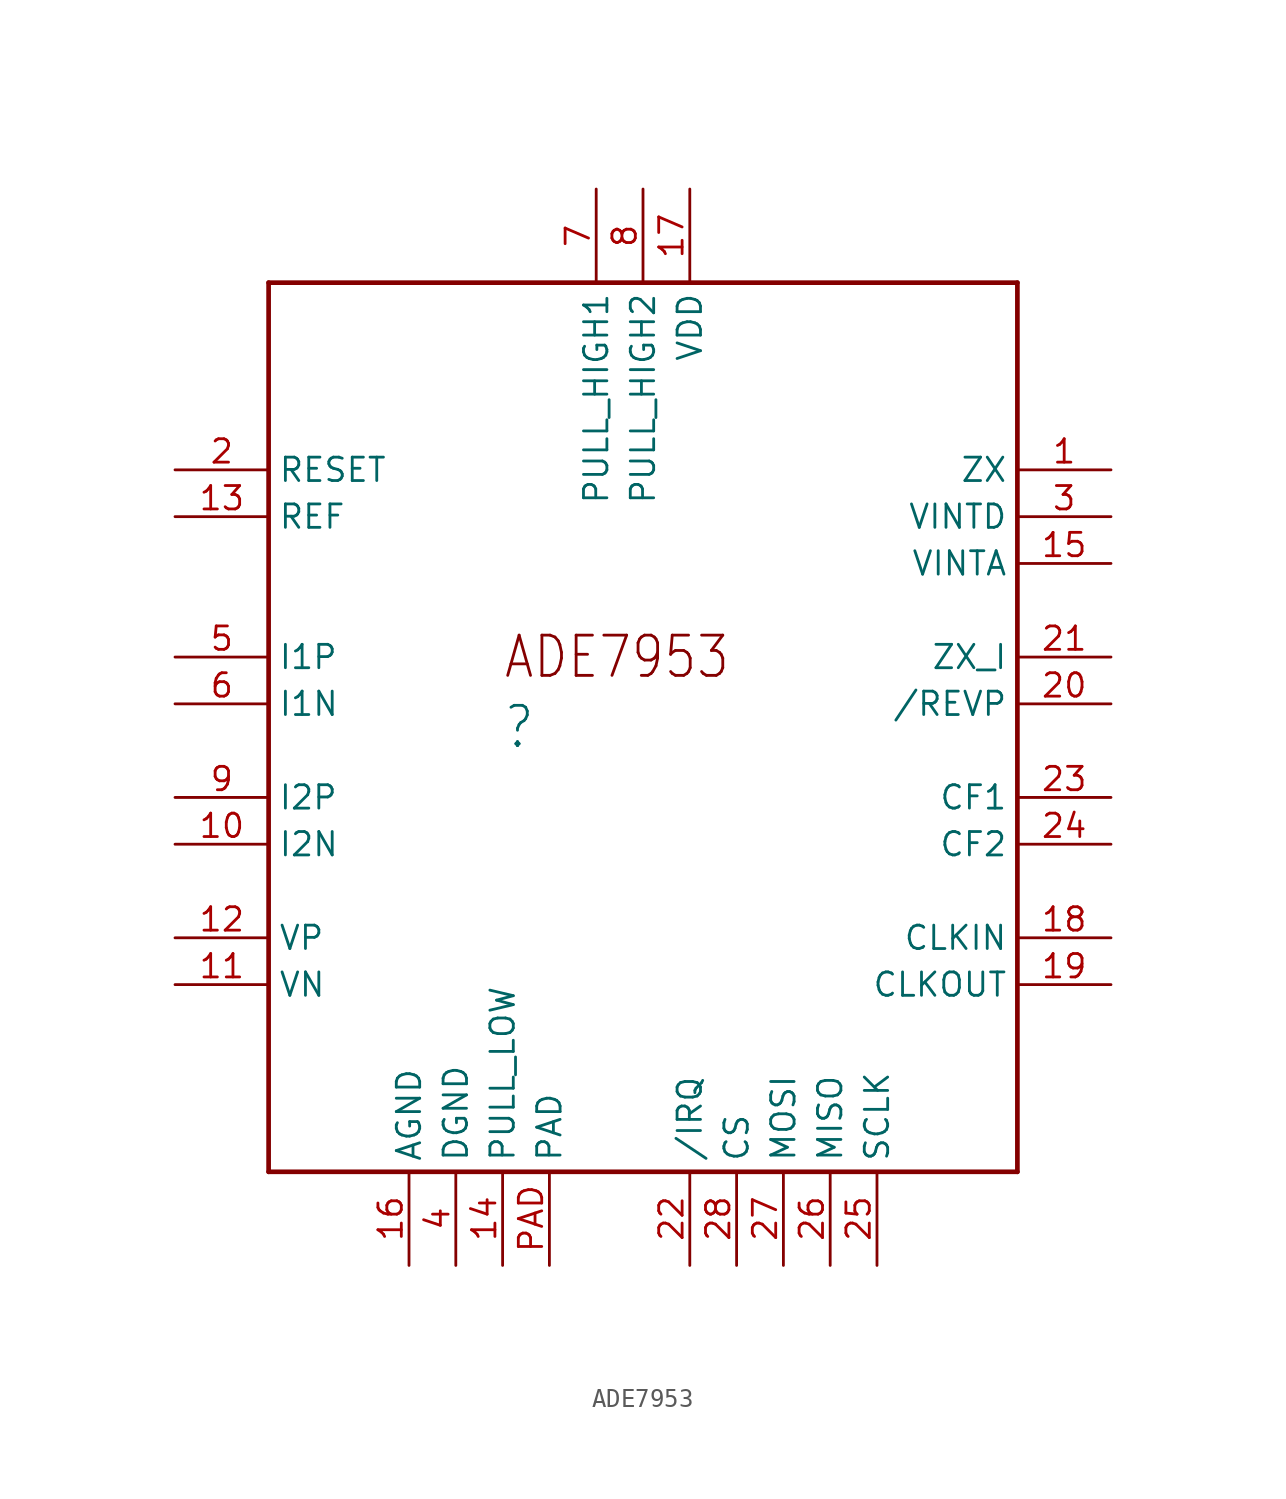
<source format=kicad_sym>
(kicad_symbol_lib
  (version 20220331)
  (generator kicad_symbol_editor)
  (symbol "ADE7953"
    (property "Reference" ""
      (at 12.7 22.86 0)
      (effects (font (size 2.184 1.857)) (justify left bottom)))
    (property "ki_locked" ""
      (at 0 0 0)
      (effects (font (size 1.27 1.27))))
    (symbol "ADE7953_1_0"
      (polyline (pts (xy 0 0) (xy 40.64 0)) (stroke (width 0.254) (type solid)) (fill (type none)))
      (polyline (pts (xy 0 48.26) (xy 0 0)) (stroke (width 0.254) (type solid)) (fill (type none)))
      (polyline (pts (xy 40.64 0) (xy 40.64 48.26)) (stroke (width 0.254) (type solid)) (fill (type none)))
      (polyline (pts (xy 40.64 48.26) (xy 0 48.26)) (stroke (width 0.254) (type solid)) (fill (type none)))
      (text "ADE7953" (at 12.7 26.67 0) (effects (font (size 2.184 1.857)) (justify left bottom)))
      (pin bidirectional line (at 45.72 38.1 180) (length 5.08) (name "ZX" (effects (font (size 1.27 1.27)))) (number "1" (effects (font (size 1.27 1.27)))))
      (pin bidirectional line (at -5.08 17.78 0) (length 5.08) (name "I2N" (effects (font (size 1.27 1.27)))) (number "10" (effects (font (size 1.27 1.27)))))
      (pin bidirectional line (at -5.08 10.16 0) (length 5.08) (name "VN" (effects (font (size 1.27 1.27)))) (number "11" (effects (font (size 1.27 1.27)))))
      (pin bidirectional line (at -5.08 12.7 0) (length 5.08) (name "VP" (effects (font (size 1.27 1.27)))) (number "12" (effects (font (size 1.27 1.27)))))
      (pin bidirectional line (at -5.08 35.56 0) (length 5.08) (name "REF" (effects (font (size 1.27 1.27)))) (number "13" (effects (font (size 1.27 1.27)))))
      (pin bidirectional line (at 12.7 -5.08 90) (length 5.08) (name "PULL_LOW" (effects (font (size 1.27 1.27)))) (number "14" (effects (font (size 1.27 1.27)))))
      (pin bidirectional line (at 45.72 33.02 180) (length 5.08) (name "VINTA" (effects (font (size 1.27 1.27)))) (number "15" (effects (font (size 1.27 1.27)))))
      (pin bidirectional line (at 7.62 -5.08 90) (length 5.08) (name "AGND" (effects (font (size 1.27 1.27)))) (number "16" (effects (font (size 1.27 1.27)))))
      (pin bidirectional line (at 22.86 53.34 270) (length 5.08) (name "VDD" (effects (font (size 1.27 1.27)))) (number "17" (effects (font (size 1.27 1.27)))))
      (pin bidirectional line (at 45.72 12.7 180) (length 5.08) (name "CLKIN" (effects (font (size 1.27 1.27)))) (number "18" (effects (font (size 1.27 1.27)))))
      (pin bidirectional line (at 45.72 10.16 180) (length 5.08) (name "CLKOUT" (effects (font (size 1.27 1.27)))) (number "19" (effects (font (size 1.27 1.27)))))
      (pin bidirectional line (at -5.08 38.1 0) (length 5.08) (name "RESET" (effects (font (size 1.27 1.27)))) (number "2" (effects (font (size 1.27 1.27)))))
      (pin bidirectional line (at 45.72 25.4 180) (length 5.08) (name "/REVP" (effects (font (size 1.27 1.27)))) (number "20" (effects (font (size 1.27 1.27)))))
      (pin bidirectional line (at 45.72 27.94 180) (length 5.08) (name "ZX_I" (effects (font (size 1.27 1.27)))) (number "21" (effects (font (size 1.27 1.27)))))
      (pin bidirectional line (at 22.86 -5.08 90) (length 5.08) (name "/IRQ" (effects (font (size 1.27 1.27)))) (number "22" (effects (font (size 1.27 1.27)))))
      (pin bidirectional line (at 45.72 20.32 180) (length 5.08) (name "CF1" (effects (font (size 1.27 1.27)))) (number "23" (effects (font (size 1.27 1.27)))))
      (pin bidirectional line (at 45.72 17.78 180) (length 5.08) (name "CF2" (effects (font (size 1.27 1.27)))) (number "24" (effects (font (size 1.27 1.27)))))
      (pin bidirectional line (at 33.02 -5.08 90) (length 5.08) (name "SCLK" (effects (font (size 1.27 1.27)))) (number "25" (effects (font (size 1.27 1.27)))))
      (pin bidirectional line (at 30.48 -5.08 90) (length 5.08) (name "MISO" (effects (font (size 1.27 1.27)))) (number "26" (effects (font (size 1.27 1.27)))))
      (pin bidirectional line (at 27.94 -5.08 90) (length 5.08) (name "MOSI" (effects (font (size 1.27 1.27)))) (number "27" (effects (font (size 1.27 1.27)))))
      (pin bidirectional line (at 25.4 -5.08 90) (length 5.08) (name "CS" (effects (font (size 1.27 1.27)))) (number "28" (effects (font (size 1.27 1.27)))))
      (pin bidirectional line (at 45.72 35.56 180) (length 5.08) (name "VINTD" (effects (font (size 1.27 1.27)))) (number "3" (effects (font (size 1.27 1.27)))))
      (pin bidirectional line (at 10.16 -5.08 90) (length 5.08) (name "DGND" (effects (font (size 1.27 1.27)))) (number "4" (effects (font (size 1.27 1.27)))))
      (pin bidirectional line (at -5.08 27.94 0) (length 5.08) (name "I1P" (effects (font (size 1.27 1.27)))) (number "5" (effects (font (size 1.27 1.27)))))
      (pin bidirectional line (at -5.08 25.4 0) (length 5.08) (name "I1N" (effects (font (size 1.27 1.27)))) (number "6" (effects (font (size 1.27 1.27)))))
      (pin bidirectional line (at 17.78 53.34 270) (length 5.08) (name "PULL_HIGH1" (effects (font (size 1.27 1.27)))) (number "7" (effects (font (size 1.27 1.27)))))
      (pin bidirectional line (at 20.32 53.34 270) (length 5.08) (name "PULL_HIGH2" (effects (font (size 1.27 1.27)))) (number "8" (effects (font (size 1.27 1.27)))))
      (pin bidirectional line (at -5.08 20.32 0) (length 5.08) (name "I2P" (effects (font (size 1.27 1.27)))) (number "9" (effects (font (size 1.27 1.27)))))
      (pin bidirectional line (at 15.24 -5.08 90) (length 5.08) (name "PAD" (effects (font (size 1.27 1.27)))) (number "PAD" (effects (font (size 1.27 1.27))))))))
</source>
